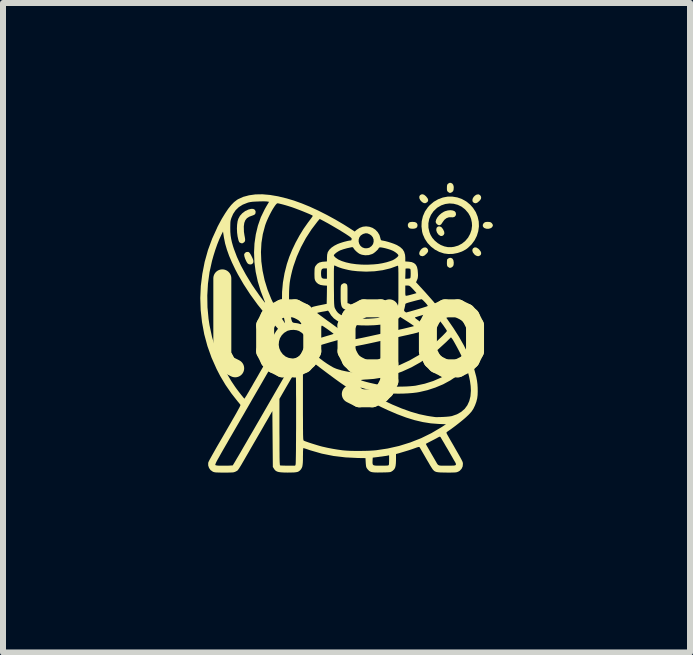
<source format=kicad_pcb>
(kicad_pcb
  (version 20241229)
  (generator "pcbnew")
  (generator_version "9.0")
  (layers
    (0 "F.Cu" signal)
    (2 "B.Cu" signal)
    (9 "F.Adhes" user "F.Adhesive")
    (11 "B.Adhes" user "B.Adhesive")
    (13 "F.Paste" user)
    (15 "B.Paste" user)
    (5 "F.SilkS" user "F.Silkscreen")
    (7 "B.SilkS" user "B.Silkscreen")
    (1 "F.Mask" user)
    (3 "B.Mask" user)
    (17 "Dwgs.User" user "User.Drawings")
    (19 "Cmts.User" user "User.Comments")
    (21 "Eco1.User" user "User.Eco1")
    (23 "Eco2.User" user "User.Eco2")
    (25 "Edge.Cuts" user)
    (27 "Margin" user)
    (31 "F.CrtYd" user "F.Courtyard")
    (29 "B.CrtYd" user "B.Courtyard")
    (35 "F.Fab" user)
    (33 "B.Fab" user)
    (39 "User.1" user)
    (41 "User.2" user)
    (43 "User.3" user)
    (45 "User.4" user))
  (footprint "logo"
    (layer "F.Cu")
    (at 2.729 2.414)
    (property "Reference" "logo" (at 0 0 0) (layer "F.SilkS") (effects (font (size 1.5 1.5) (thickness 0.3))))
    (attr board_only exclude_from_pos_files exclude_from_bom)
    (fp_poly (pts (xy 2.166 -1.336) (xy 2.197 -1.317) (xy 2.21 -1.305) (xy 2.235 -1.274) (xy 2.246 -1.245) (xy 2.241 -1.219) (xy 2.23 -1.206) (xy 2.205 -1.192) (xy 2.176 -1.194) (xy 2.145 -1.21) (xy 2.13 -1.224) (xy 2.107 -1.254) (xy 2.098 -1.283) (xy 2.102 -1.31) (xy 2.113 -1.325) (xy 2.138 -1.339)) (stroke (width 0) (type solid)) (fill yes) (layer "F.SilkS"))
    (fp_poly (pts (xy 1.294 -2.216) (xy 1.321 -2.194) (xy 1.333 -2.181) (xy 1.355 -2.151) (xy 1.362 -2.126) (xy 1.355 -2.103) (xy 1.345 -2.092) (xy 1.318 -2.076) (xy 1.29 -2.077) (xy 1.26 -2.094) (xy 1.255 -2.098) (xy 1.229 -2.127) (xy 1.215 -2.157) (xy 1.213 -2.184) (xy 1.224 -2.207) (xy 1.245 -2.221) (xy 1.269 -2.224)) (stroke (width 0) (type solid)) (fill yes) (layer "F.SilkS"))
    (fp_poly (pts (xy 1.142 -1.76) (xy 1.168 -1.747) (xy 1.181 -1.726) (xy 1.184 -1.706) (xy 1.178 -1.678) (xy 1.16 -1.66) (xy 1.129 -1.651) (xy 1.104 -1.649) (xy 1.072 -1.651) (xy 1.051 -1.657) (xy 1.038 -1.666) (xy 1.024 -1.69) (xy 1.022 -1.717) (xy 1.033 -1.743) (xy 1.037 -1.747) (xy 1.051 -1.757) (xy 1.072 -1.762) (xy 1.102 -1.764)) (stroke (width 0) (type solid)) (fill yes) (layer "F.SilkS"))
    (fp_poly (pts (xy 1.339 -1.328) (xy 1.356 -1.306) (xy 1.36 -1.292) (xy 1.361 -1.276) (xy 1.356 -1.261) (xy 1.343 -1.243) (xy 1.331 -1.23) (xy 1.299 -1.202) (xy 1.27 -1.191) (xy 1.241 -1.196) (xy 1.232 -1.2) (xy 1.216 -1.218) (xy 1.212 -1.242) (xy 1.22 -1.27) (xy 1.239 -1.299) (xy 1.258 -1.318) (xy 1.287 -1.335) (xy 1.315 -1.338)) (stroke (width 0) (type solid)) (fill yes) (layer "F.SilkS"))
    (fp_poly (pts (xy 1.585 -1.673) (xy 1.608 -1.643) (xy 1.611 -1.638) (xy 1.628 -1.602) (xy 1.632 -1.572) (xy 1.621 -1.548) (xy 1.617 -1.543) (xy 1.593 -1.528) (xy 1.566 -1.53) (xy 1.539 -1.547) (xy 1.53 -1.556) (xy 1.509 -1.585) (xy 1.498 -1.617) (xy 1.497 -1.646) (xy 1.506 -1.67) (xy 1.525 -1.685) (xy 1.531 -1.687) (xy 1.559 -1.687)) (stroke (width 0) (type solid)) (fill yes) (layer "F.SilkS"))
    (fp_poly (pts (xy 2.204 -2.222) (xy 2.227 -2.21) (xy 2.242 -2.187) (xy 2.245 -2.168) (xy 2.242 -2.148) (xy 2.229 -2.128) (xy 2.21 -2.108) (xy 2.181 -2.084) (xy 2.155 -2.074) (xy 2.13 -2.079) (xy 2.116 -2.087) (xy 2.102 -2.105) (xy 2.099 -2.129) (xy 2.106 -2.156) (xy 2.121 -2.181) (xy 2.143 -2.203) (xy 2.168 -2.218) (xy 2.195 -2.223)) (stroke (width 0) (type solid)) (fill yes) (layer "F.SilkS"))
    (fp_poly (pts (xy 1.743 -1.163) (xy 1.767 -1.15) (xy 1.782 -1.125) (xy 1.788 -1.087) (xy 1.788 -1.08) (xy 1.786 -1.051) (xy 1.78 -1.031) (xy 1.768 -1.016) (xy 1.742 -0.999) (xy 1.716 -0.998) (xy 1.692 -1.013) (xy 1.681 -1.025) (xy 1.676 -1.042) (xy 1.674 -1.069) (xy 1.674 -1.08) (xy 1.675 -1.108) (xy 1.677 -1.13) (xy 1.68 -1.14) (xy 1.699 -1.155) (xy 1.724 -1.164)) (stroke (width 0) (type solid)) (fill yes) (layer "F.SilkS"))
    (fp_poly (pts (xy 0.27 -0.379) (xy 0.271 -0.379) (xy 0.302 -0.373) (xy 0.322 -0.364) (xy 0.336 -0.352) (xy 0.337 -0.35) (xy 0.348 -0.332) (xy 0.348 -0.316) (xy 0.344 -0.304) (xy 0.328 -0.28) (xy 0.303 -0.267) (xy 0.267 -0.263) (xy 0.22 -0.269) (xy 0.219 -0.269) (xy 0.185 -0.28) (xy 0.165 -0.298) (xy 0.161 -0.323) (xy 0.168 -0.35) (xy 0.18 -0.369) (xy 0.2 -0.379) (xy 0.229 -0.383)) (stroke (width 0) (type solid)) (fill yes) (layer "F.SilkS"))
    (fp_poly (pts (xy 1.764 -2.402) (xy 1.78 -2.38) (xy 1.788 -2.348) (xy 1.788 -2.342) (xy 1.786 -2.305) (xy 1.779 -2.28) (xy 1.765 -2.264) (xy 1.755 -2.257) (xy 1.734 -2.248) (xy 1.719 -2.247) (xy 1.702 -2.257) (xy 1.695 -2.262) (xy 1.683 -2.273) (xy 1.677 -2.286) (xy 1.674 -2.307) (xy 1.674 -2.331) (xy 1.675 -2.362) (xy 1.679 -2.382) (xy 1.687 -2.395) (xy 1.692 -2.4) (xy 1.716 -2.414) (xy 1.741 -2.414)) (stroke (width 0) (type solid)) (fill yes) (layer "F.SilkS"))
    (fp_poly (pts (xy -1.638 -1.263) (xy -1.626 -1.256) (xy -1.613 -1.243) (xy -1.598 -1.219) (xy -1.584 -1.192) (xy -1.565 -1.152) (xy -1.555 -1.123) (xy -1.553 -1.101) (xy -1.557 -1.082) (xy -1.564 -1.071) (xy -1.583 -1.057) (xy -1.608 -1.053) (xy -1.634 -1.06) (xy -1.649 -1.071) (xy -1.664 -1.092) (xy -1.679 -1.122) (xy -1.693 -1.155) (xy -1.703 -1.187) (xy -1.707 -1.213) (xy -1.707 -1.224) (xy -1.693 -1.247) (xy -1.67 -1.261) (xy -1.642 -1.263)) (stroke (width 0) (type solid)) (fill yes) (layer "F.SilkS"))
    (fp_poly (pts (xy 2.385 -1.762) (xy 2.404 -1.757) (xy 2.42 -1.745) (xy 2.421 -1.744) (xy 2.435 -1.725) (xy 2.441 -1.707) (xy 2.441 -1.706) (xy 2.436 -1.689) (xy 2.422 -1.67) (xy 2.421 -1.669) (xy 2.396 -1.655) (xy 2.364 -1.648) (xy 2.329 -1.65) (xy 2.299 -1.661) (xy 2.291 -1.666) (xy 2.274 -1.688) (xy 2.272 -1.713) (xy 2.285 -1.739) (xy 2.29 -1.744) (xy 2.305 -1.756) (xy 2.324 -1.762) (xy 2.352 -1.764) (xy 2.355 -1.764)) (stroke (width 0) (type solid)) (fill yes) (layer "F.SilkS"))
    (fp_poly (pts (xy -1.928 0.416) (xy -1.924 0.418) (xy -1.913 0.432) (xy -1.899 0.456) (xy -1.882 0.488) (xy -1.866 0.523) (xy -1.852 0.556) (xy -1.841 0.585) (xy -1.837 0.604) (xy -1.837 0.605) (xy -1.844 0.632) (xy -1.862 0.652) (xy -1.887 0.66) (xy -1.914 0.656) (xy -1.922 0.652) (xy -1.931 0.641) (xy -1.945 0.619) (xy -1.961 0.59) (xy -1.978 0.557) (xy -1.993 0.523) (xy -2.006 0.494) (xy -2.012 0.473) (xy -2.011 0.448) (xy -1.998 0.427) (xy -1.977 0.413) (xy -1.953 0.409)) (stroke (width 0) (type solid)) (fill yes) (layer "F.SilkS"))
    (fp_poly (pts (xy 1.772 -1.954) (xy 1.802 -1.942) (xy 1.82 -1.921) (xy 1.821 -1.919) (xy 1.826 -1.889) (xy 1.817 -1.864) (xy 1.798 -1.846) (xy 1.769 -1.839) (xy 1.751 -1.841) (xy 1.708 -1.841) (xy 1.667 -1.826) (xy 1.631 -1.798) (xy 1.601 -1.757) (xy 1.597 -1.75) (xy 1.577 -1.721) (xy 1.554 -1.708) (xy 1.529 -1.711) (xy 1.506 -1.726) (xy 1.492 -1.746) (xy 1.486 -1.764) (xy 1.486 -1.765) (xy 1.494 -1.8) (xy 1.514 -1.837) (xy 1.544 -1.874) (xy 1.581 -1.906) (xy 1.622 -1.932) (xy 1.644 -1.942) (xy 1.69 -1.955) (xy 1.734 -1.959)) (stroke (width 0) (type solid)) (fill yes) (layer "F.SilkS"))
    (fp_poly (pts (xy -0.001 -0.728) (xy 0 -0.727) (xy 0.006 -0.72) (xy 0.01 -0.711) (xy 0.013 -0.698) (xy 0.015 -0.677) (xy 0.016 -0.647) (xy 0.016 -0.606) (xy 0.016 -0.56) (xy 0.016 -0.409) (xy 0.045 -0.4) (xy 0.072 -0.385) (xy 0.087 -0.362) (xy 0.09 -0.337) (xy 0.079 -0.313) (xy 0.068 -0.303) (xy 0.05 -0.291) (xy 0.032 -0.287) (xy 0.008 -0.291) (xy -0.011 -0.298) (xy -0.037 -0.308) (xy -0.058 -0.321) (xy -0.073 -0.338) (xy -0.084 -0.36) (xy -0.091 -0.391) (xy -0.096 -0.432) (xy -0.098 -0.486) (xy -0.098 -0.547) (xy -0.098 -0.601) (xy -0.098 -0.641) (xy -0.097 -0.67) (xy -0.095 -0.69) (xy -0.092 -0.703) (xy -0.088 -0.712) (xy -0.082 -0.719) (xy -0.078 -0.723) (xy -0.052 -0.739) (xy -0.026 -0.741)) (stroke (width 0) (type solid)) (fill yes) (layer "F.SilkS"))
    (fp_poly (pts (xy -1.556 -1.98) (xy -1.531 -1.967) (xy -1.518 -1.944) (xy -1.516 -1.929) (xy -1.52 -1.902) (xy -1.536 -1.883) (xy -1.564 -1.871) (xy -1.571 -1.869) (xy -1.622 -1.85) (xy -1.661 -1.825) (xy -1.688 -1.791) (xy -1.705 -1.747) (xy -1.713 -1.69) (xy -1.713 -1.681) (xy -1.711 -1.599) (xy -1.703 -1.545) (xy -1.695 -1.502) (xy -1.691 -1.472) (xy -1.692 -1.451) (xy -1.697 -1.436) (xy -1.707 -1.425) (xy -1.712 -1.421) (xy -1.731 -1.408) (xy -1.748 -1.406) (xy -1.769 -1.413) (xy -1.782 -1.419) (xy -1.791 -1.43) (xy -1.799 -1.448) (xy -1.807 -1.477) (xy -1.816 -1.518) (xy -1.817 -1.522) (xy -1.825 -1.585) (xy -1.828 -1.651) (xy -1.825 -1.715) (xy -1.817 -1.773) (xy -1.805 -1.814) (xy -1.778 -1.864) (xy -1.738 -1.908) (xy -1.689 -1.945) (xy -1.634 -1.97) (xy -1.589 -1.981)) (stroke (width 0) (type solid)) (fill yes) (layer "F.SilkS"))
    (fp_poly (pts (xy -2.117 -0.735) (xy -2.096 -0.719) (xy -2.091 -0.712) (xy -2.088 -0.696) (xy -2.087 -0.667) (xy -2.088 -0.625) (xy -2.09 -0.588) (xy -2.093 -0.51) (xy -2.093 -0.434) (xy -2.09 -0.356) (xy -2.084 -0.275) (xy -2.073 -0.187) (xy -2.059 -0.089) (xy -2.04 0.02) (xy -2.03 0.075) (xy -2.026 0.102) (xy -2.026 0.119) (xy -2.031 0.131) (xy -2.041 0.143) (xy -2.066 0.16) (xy -2.092 0.161) (xy -2.114 0.149) (xy -2.126 0.132) (xy -2.138 0.101) (xy -2.15 0.057) (xy -2.162 0.003) (xy -2.173 -0.06) (xy -2.184 -0.129) (xy -2.193 -0.203) (xy -2.201 -0.28) (xy -2.204 -0.323) (xy -2.207 -0.381) (xy -2.209 -0.441) (xy -2.209 -0.502) (xy -2.207 -0.56) (xy -2.204 -0.613) (xy -2.2 -0.658) (xy -2.195 -0.692) (xy -2.189 -0.714) (xy -2.188 -0.716) (xy -2.168 -0.734) (xy -2.143 -0.74)) (stroke (width 0) (type solid)) (fill yes) (layer "F.SilkS"))
    (fp_poly (pts (xy 1.847 -2.172) (xy 1.924 -2.145) (xy 1.996 -2.105) (xy 2.062 -2.051) (xy 2.109 -1.998) (xy 2.156 -1.926) (xy 2.187 -1.849) (xy 2.205 -1.769) (xy 2.208 -1.688) (xy 2.197 -1.608) (xy 2.173 -1.53) (xy 2.136 -1.457) (xy 2.086 -1.389) (xy 2.024 -1.33) (xy 1.991 -1.305) (xy 1.926 -1.27) (xy 1.853 -1.245) (xy 1.775 -1.23) (xy 1.697 -1.228) (xy 1.626 -1.237) (xy 1.548 -1.262) (xy 1.474 -1.301) (xy 1.408 -1.352) (xy 1.351 -1.412) (xy 1.306 -1.48) (xy 1.273 -1.554) (xy 1.261 -1.598) (xy 1.25 -1.688) (xy 1.252 -1.74) (xy 1.365 -1.74) (xy 1.366 -1.666) (xy 1.383 -1.592) (xy 1.402 -1.545) (xy 1.431 -1.497) (xy 1.472 -1.45) (xy 1.52 -1.41) (xy 1.569 -1.38) (xy 1.57 -1.379) (xy 1.631 -1.355) (xy 1.688 -1.343) (xy 1.745 -1.342) (xy 1.793 -1.348) (xy 1.862 -1.368) (xy 1.926 -1.402) (xy 1.981 -1.447) (xy 2.027 -1.501) (xy 2.061 -1.563) (xy 2.084 -1.63) (xy 2.093 -1.7) (xy 2.09 -1.751) (xy 2.078 -1.811) (xy 2.059 -1.861) (xy 2.03 -1.911) (xy 2.025 -1.917) (xy 1.976 -1.973) (xy 1.919 -2.017) (xy 1.855 -2.048) (xy 1.787 -2.066) (xy 1.717 -2.071) (xy 1.647 -2.062) (xy 1.579 -2.039) (xy 1.516 -2.002) (xy 1.508 -1.996) (xy 1.451 -1.942) (xy 1.408 -1.88) (xy 1.379 -1.812) (xy 1.365 -1.74) (xy 1.252 -1.74) (xy 1.254 -1.775) (xy 1.274 -1.859) (xy 1.308 -1.937) (xy 1.357 -2.008) (xy 1.388 -2.042) (xy 1.455 -2.099) (xy 1.528 -2.141) (xy 1.606 -2.17) (xy 1.686 -2.185) (xy 1.767 -2.185)) (stroke (width 0) (type solid)) (fill yes) (layer "F.SilkS"))
    (fp_poly (pts (xy -1.277 -2.213) (xy -1.142 -2.19) (xy -0.998 -2.155) (xy -0.877 -2.119) (xy -0.749 -2.073) (xy -0.612 -2.017) (xy -0.471 -1.952) (xy -0.327 -1.879) (xy -0.184 -1.801) (xy -0.045 -1.719) (xy 0.044 -1.663) (xy 0.136 -1.603) (xy 0.167 -1.63) (xy 0.217 -1.663) (xy 0.271 -1.683) (xy 0.327 -1.689) (xy 0.382 -1.682) (xy 0.434 -1.664) (xy 0.48 -1.634) (xy 0.519 -1.594) (xy 0.549 -1.545) (xy 0.563 -1.498) (xy 0.569 -1.473) (xy 0.576 -1.46) (xy 0.587 -1.454) (xy 0.607 -1.451) (xy 0.646 -1.443) (xy 0.695 -1.43) (xy 0.746 -1.414) (xy 0.794 -1.397) (xy 0.833 -1.38) (xy 0.837 -1.379) (xy 0.893 -1.345) (xy 0.934 -1.308) (xy 0.961 -1.265) (xy 0.976 -1.214) (xy 0.98 -1.167) (xy 0.98 -1.104) (xy 1.037 -1.1) (xy 1.087 -1.093) (xy 1.126 -1.076) (xy 1.155 -1.05) (xy 1.175 -1.013) (xy 1.186 -0.963) (xy 1.19 -0.914) (xy 1.192 -0.874) (xy 1.19 -0.845) (xy 1.187 -0.823) (xy 1.179 -0.802) (xy 1.177 -0.796) (xy 1.159 -0.757) (xy 1.198 -0.715) (xy 1.218 -0.693) (xy 1.246 -0.663) (xy 1.278 -0.628) (xy 1.311 -0.592) (xy 1.319 -0.583) (xy 1.448 -0.437) (xy 1.568 -0.29) (xy 1.68 -0.142) (xy 1.782 0.006) (xy 1.875 0.152) (xy 1.956 0.295) (xy 2.026 0.435) (xy 2.085 0.57) (xy 2.131 0.699) (xy 2.164 0.822) (xy 2.176 0.886) (xy 2.183 0.941) (xy 2.187 1.003) (xy 2.188 1.066) (xy 2.186 1.124) (xy 2.18 1.173) (xy 2.179 1.18) (xy 2.164 1.239) (xy 2.142 1.298) (xy 2.115 1.354) (xy 2.086 1.398) (xy 2.064 1.423) (xy 2.035 1.454) (xy 2.001 1.486) (xy 1.978 1.507) (xy 1.945 1.535) (xy 1.906 1.567) (xy 1.862 1.602) (xy 1.817 1.637) (xy 1.774 1.669) (xy 1.736 1.697) (xy 1.705 1.718) (xy 1.691 1.728) (xy 1.674 1.74) (xy 1.666 1.751) (xy 1.666 1.752) (xy 1.669 1.762) (xy 1.68 1.784) (xy 1.697 1.814) (xy 1.718 1.851) (xy 1.736 1.883) (xy 1.782 1.962) (xy 1.82 2.029) (xy 1.851 2.083) (xy 1.877 2.128) (xy 1.897 2.164) (xy 1.912 2.191) (xy 1.923 2.213) (xy 1.931 2.229) (xy 1.936 2.242) (xy 1.939 2.252) (xy 1.94 2.261) (xy 1.941 2.269) (xy 1.941 2.27) (xy 1.937 2.314) (xy 1.919 2.353) (xy 1.889 2.386) (xy 1.87 2.398) (xy 1.857 2.404) (xy 1.844 2.409) (xy 1.828 2.413) (xy 1.807 2.415) (xy 1.778 2.416) (xy 1.738 2.417) (xy 1.685 2.417) (xy 1.676 2.417) (xy 1.614 2.416) (xy 1.566 2.415) (xy 1.53 2.412) (xy 1.503 2.408) (xy 1.482 2.401) (xy 1.465 2.392) (xy 1.451 2.379) (xy 1.447 2.375) (xy 1.439 2.366) (xy 1.428 2.35) (xy 1.413 2.327) (xy 1.393 2.295) (xy 1.369 2.253) (xy 1.338 2.201) (xy 1.301 2.136) (xy 1.265 2.074) (xy 1.247 2.043) (xy 1.232 2.017) (xy 1.221 1.999) (xy 1.218 1.994) (xy 1.211 1.99) (xy 1.197 1.991) (xy 1.173 1.998) (xy 1.146 2.008) (xy 1.098 2.025) (xy 1.038 2.045) (xy 0.972 2.065) (xy 0.905 2.085) (xy 0.872 2.095) (xy 0.825 2.108) (xy 0.825 2.207) (xy 0.823 2.263) (xy 0.818 2.306) (xy 0.809 2.339) (xy 0.794 2.364) (xy 0.772 2.385) (xy 0.762 2.392) (xy 0.751 2.399) (xy 0.74 2.405) (xy 0.726 2.409) (xy 0.707 2.411) (xy 0.679 2.413) (xy 0.642 2.414) (xy 0.591 2.415) (xy 0.58 2.415) (xy 0.52 2.416) (xy 0.474 2.415) (xy 0.438 2.412) (xy 0.412 2.407) (xy 0.391 2.398) (xy 0.374 2.386) (xy 0.358 2.369) (xy 0.348 2.358) (xy 0.337 2.342) (xy 0.329 2.326) (xy 0.325 2.306) (xy 0.322 2.277) (xy 0.32 2.252) (xy 0.32 2.249) (xy 0.433 2.249) (xy 0.435 2.27) (xy 0.44 2.285) (xy 0.453 2.295) (xy 0.475 2.3) (xy 0.508 2.302) (xy 0.554 2.302) (xy 0.575 2.302) (xy 0.624 2.302) (xy 0.659 2.301) (xy 0.682 2.3) (xy 0.696 2.297) (xy 0.703 2.293) (xy 0.705 2.289) (xy 0.708 2.276) (xy 0.709 2.25) (xy 0.71 2.218) (xy 0.71 2.203) (xy 0.71 2.129) (xy 0.68 2.135) (xy 0.66 2.139) (xy 0.628 2.143) (xy 0.589 2.149) (xy 0.546 2.154) (xy 0.543 2.155) (xy 0.437 2.168) (xy 0.434 2.219) (xy 0.433 2.249) (xy 0.32 2.249) (xy 0.316 2.176) (xy 0.192 2.174) (xy -0.015 2.164) (xy -0.217 2.14) (xy -0.412 2.101) (xy -0.6 2.047) (xy -0.619 2.041) (xy -0.656 2.028) (xy -0.687 2.018) (xy -0.71 2.011) (xy -0.72 2.008) (xy -0.72 2.008) (xy -0.722 2.016) (xy -0.724 2.038) (xy -0.726 2.07) (xy -0.726 2.111) (xy -0.727 2.145) (xy -0.727 2.207) (xy -0.729 2.254) (xy -0.733 2.291) (xy -0.738 2.319) (xy -0.747 2.341) (xy -0.758 2.359) (xy -0.765 2.369) (xy -0.781 2.385) (xy -0.797 2.397) (xy -0.816 2.406) (xy -0.842 2.411) (xy -0.877 2.415) (xy -0.923 2.416) (xy -0.981 2.417) (xy -1.044 2.416) (xy -1.093 2.413) (xy -1.13 2.408) (xy -1.158 2.4) (xy -1.18 2.388) (xy -1.197 2.372) (xy -1.21 2.353) (xy -1.229 2.323) (xy -1.233 1.857) (xy -1.234 1.74) (xy -1.119 1.74) (xy -1.118 1.853) (xy -1.118 1.951) (xy -1.118 2.034) (xy -1.117 2.104) (xy -1.117 2.162) (xy -1.116 2.207) (xy -1.115 2.243) (xy -1.113 2.268) (xy -1.112 2.285) (xy -1.11 2.294) (xy -1.108 2.297) (xy -1.097 2.299) (xy -1.072 2.3) (xy -1.038 2.301) (xy -0.996 2.302) (xy -0.978 2.302) (xy -0.857 2.302) (xy -0.849 2.281) (xy -0.848 2.27) (xy -0.847 2.245) (xy -0.846 2.206) (xy -0.845 2.155) (xy -0.844 2.093) (xy -0.843 2.022) (xy -0.843 1.944) (xy -0.842 1.859) (xy -0.842 1.768) (xy -0.841 1.674) (xy -0.841 1.578) (xy -0.841 1.481) (xy -0.841 1.383) (xy -0.841 1.288) (xy -0.841 1.237) (xy -0.727 1.237) (xy -0.727 1.355) (xy -0.727 1.457) (xy -0.726 1.545) (xy -0.726 1.619) (xy -0.726 1.682) (xy -0.725 1.734) (xy -0.725 1.776) (xy -0.724 1.809) (xy -0.723 1.835) (xy -0.722 1.854) (xy -0.72 1.867) (xy -0.718 1.876) (xy -0.716 1.881) (xy -0.714 1.884) (xy -0.712 1.885) (xy -0.694 1.893) (xy -0.663 1.904) (xy -0.623 1.918) (xy -0.577 1.933) (xy -0.529 1.948) (xy -0.48 1.963) (xy -0.435 1.976) (xy -0.397 1.986) (xy -0.391 1.987) (xy -0.316 2.004) (xy -0.233 2.02) (xy -0.149 2.034) (xy -0.071 2.045) (xy -0.041 2.048) (xy 0.012 2.052) (xy 0.077 2.055) (xy 0.15 2.056) (xy 0.227 2.056) (xy 0.304 2.055) (xy 0.378 2.053) (xy 0.443 2.049) (xy 0.492 2.045) (xy 0.685 2.016) (xy 0.876 1.973) (xy 0.982 1.94) (xy 1.323 1.94) (xy 1.327 1.948) (xy 1.337 1.968) (xy 1.354 1.997) (xy 1.375 2.034) (xy 1.399 2.076) (xy 1.399 2.076) (xy 1.425 2.121) (xy 1.449 2.162) (xy 1.47 2.198) (xy 1.486 2.226) (xy 1.495 2.241) (xy 1.507 2.263) (xy 1.518 2.279) (xy 1.529 2.29) (xy 1.544 2.297) (xy 1.565 2.301) (xy 1.595 2.302) (xy 1.637 2.302) (xy 1.674 2.302) (xy 1.726 2.302) (xy 1.765 2.301) (xy 1.791 2.3) (xy 1.808 2.297) (xy 1.818 2.293) (xy 1.821 2.29) (xy 1.825 2.28) (xy 1.822 2.265) (xy 1.811 2.243) (xy 1.791 2.21) (xy 1.768 2.169) (xy 1.741 2.122) (xy 1.713 2.073) (xy 1.684 2.023) (xy 1.655 1.975) (xy 1.629 1.929) (xy 1.605 1.889) (xy 1.586 1.857) (xy 1.573 1.834) (xy 1.566 1.823) (xy 1.565 1.823) (xy 1.557 1.818) (xy 1.543 1.822) (xy 1.523 1.832) (xy 1.502 1.844) (xy 1.47 1.861) (xy 1.433 1.88) (xy 1.406 1.894) (xy 1.373 1.911) (xy 1.346 1.925) (xy 1.328 1.935) (xy 1.323 1.94) (xy 0.982 1.94) (xy 1.062 1.915) (xy 1.243 1.844) (xy 1.416 1.759) (xy 1.579 1.663) (xy 1.607 1.645) (xy 1.658 1.611) (xy 1.533 1.606) (xy 1.405 1.596) (xy 1.273 1.575) (xy 1.136 1.543) (xy 0.993 1.499) (xy 0.844 1.443) (xy 0.686 1.375) (xy 0.584 1.327) (xy 0.483 1.276) (xy 0.387 1.225) (xy 0.292 1.173) (xy 0.198 1.117) (xy 0.103 1.058) (xy 0.015 0.999) (xy 0.231 0.999) (xy 0.236 1.005) (xy 0.254 1.016) (xy 0.282 1.033) (xy 0.319 1.055) (xy 0.362 1.079) (xy 0.41 1.105) (xy 0.46 1.132) (xy 0.51 1.159) (xy 0.56 1.185) (xy 0.597 1.204) (xy 0.762 1.282) (xy 0.92 1.348) (xy 1.07 1.402) (xy 1.211 1.443) (xy 1.344 1.471) (xy 1.38 1.477) (xy 1.413 1.482) (xy 1.442 1.486) (xy 1.461 1.489) (xy 1.461 1.489) (xy 1.487 1.492) (xy 1.524 1.492) (xy 1.57 1.491) (xy 1.619 1.489) (xy 1.667 1.486) (xy 1.71 1.482) (xy 1.744 1.477) (xy 1.759 1.474) (xy 1.842 1.445) (xy 1.912 1.405) (xy 1.97 1.355) (xy 2.015 1.294) (xy 2.047 1.224) (xy 2.067 1.143) (xy 2.074 1.052) (xy 2.074 1.049) (xy 2.07 0.973) (xy 2.059 0.891) (xy 2.042 0.808) (xy 2.021 0.73) (xy 2.007 0.692) (xy 1.998 0.67) (xy 1.937 0.727) (xy 1.84 0.807) (xy 1.731 0.88) (xy 1.611 0.945) (xy 1.482 0.999) (xy 1.348 1.043) (xy 1.211 1.075) (xy 1.168 1.082) (xy 1.101 1.09) (xy 1.023 1.096) (xy 0.94 1.1) (xy 0.856 1.101) (xy 0.776 1.099) (xy 0.718 1.095) (xy 0.644 1.086) (xy 0.561 1.074) (xy 0.474 1.058) (xy 0.391 1.04) (xy 0.317 1.022) (xy 0.302 1.018) (xy 0.271 1.009) (xy 0.247 1.002) (xy 0.233 0.999) (xy 0.231 0.999) (xy 0.015 0.999) (xy 0.005 0.993) (xy -0.097 0.923) (xy -0.165 0.874) (xy 0.241 0.874) (xy 0.246 0.879) (xy 0.265 0.887) (xy 0.296 0.896) (xy 0.336 0.907) (xy 0.383 0.919) (xy 0.436 0.931) (xy 0.491 0.943) (xy 0.547 0.954) (xy 0.601 0.964) (xy 0.651 0.972) (xy 0.695 0.978) (xy 0.702 0.979) (xy 0.747 0.983) (xy 0.803 0.984) (xy 0.867 0.984) (xy 0.935 0.983) (xy 1.002 0.981) (xy 1.064 0.977) (xy 1.118 0.972) (xy 1.151 0.968) (xy 1.304 0.935) (xy 1.446 0.89) (xy 1.579 0.832) (xy 1.702 0.763) (xy 1.814 0.682) (xy 1.906 0.597) (xy 1.954 0.548) (xy 1.907 0.451) (xy 1.882 0.4) (xy 1.855 0.349) (xy 1.828 0.299) (xy 1.803 0.254) (xy 1.782 0.217) (xy 1.765 0.19) (xy 1.757 0.18) (xy 1.742 0.161) (xy 1.661 0.241) (xy 1.524 0.366) (xy 1.381 0.478) (xy 1.234 0.577) (xy 1.082 0.662) (xy 0.928 0.732) (xy 0.771 0.789) (xy 0.613 0.83) (xy 0.455 0.855) (xy 0.353 0.863) (xy 0.313 0.865) (xy 0.278 0.868) (xy 0.254 0.871) (xy 0.242 0.873) (xy 0.241 0.874) (xy -0.165 0.874) (xy -0.205 0.845) (xy -0.321 0.759) (xy -0.447 0.664) (xy -0.53 0.6) (xy -0.631 0.521) (xy -0.652 0.541) (xy -0.674 0.56) (xy -0.699 0.578) (xy -0.7 0.579) (xy -0.727 0.597) (xy -0.727 1.237) (xy -0.841 1.237) (xy -0.841 1.196) (xy -0.842 1.108) (xy -0.842 1.025) (xy -0.842 0.95) (xy -0.843 0.884) (xy -0.844 0.827) (xy -0.845 0.782) (xy -0.845 0.749) (xy -0.847 0.731) (xy -0.847 0.727) (xy -0.854 0.733) (xy -0.866 0.75) (xy -0.873 0.761) (xy -0.882 0.778) (xy -0.899 0.806) (xy -0.92 0.844) (xy -0.946 0.889) (xy -0.975 0.939) (xy -1.006 0.992) (xy -1.119 1.188) (xy -1.119 1.74) (xy -1.234 1.74) (xy -1.237 1.392) (xy -1.275 1.457) (xy -1.286 1.477) (xy -1.305 1.51) (xy -1.33 1.553) (xy -1.361 1.606) (xy -1.395 1.666) (xy -1.433 1.732) (xy -1.474 1.802) (xy -1.516 1.875) (xy -1.525 1.89) (xy -1.58 1.985) (xy -1.627 2.067) (xy -1.667 2.136) (xy -1.701 2.195) (xy -1.729 2.243) (xy -1.752 2.283) (xy -1.771 2.314) (xy -1.786 2.338) (xy -1.798 2.356) (xy -1.808 2.37) (xy -1.815 2.379) (xy -1.822 2.385) (xy -1.828 2.389) (xy -1.834 2.392) (xy -1.841 2.396) (xy -1.844 2.398) (xy -1.858 2.404) (xy -1.871 2.409) (xy -1.886 2.413) (xy -1.907 2.415) (xy -1.936 2.416) (xy -1.975 2.417) (xy -2.027 2.417) (xy -2.04 2.417) (xy -2.097 2.417) (xy -2.139 2.416) (xy -2.17 2.415) (xy -2.193 2.413) (xy -2.21 2.409) (xy -2.224 2.405) (xy -2.233 2.4) (xy -2.268 2.375) (xy -2.293 2.34) (xy -2.307 2.299) (xy -2.307 2.284) (xy -2.189 2.284) (xy -2.188 2.29) (xy -2.188 2.291) (xy -2.181 2.295) (xy -2.167 2.298) (xy -2.145 2.301) (xy -2.111 2.302) (xy -2.065 2.302) (xy -2.042 2.302) (xy -1.996 2.302) (xy -1.956 2.301) (xy -1.924 2.299) (xy -1.903 2.298) (xy -1.897 2.296) (xy -1.892 2.288) (xy -1.879 2.267) (xy -1.859 2.234) (xy -1.833 2.189) (xy -1.8 2.134) (xy -1.762 2.069) (xy -1.719 1.994) (xy -1.671 1.912) (xy -1.62 1.823) (xy -1.564 1.728) (xy -1.506 1.627) (xy -1.445 1.522) (xy -1.41 1.461) (xy -0.932 0.633) (xy -0.971 0.624) (xy -1.038 0.601) (xy -1.1 0.564) (xy -1.129 0.54) (xy -1.15 0.522) (xy -1.167 0.512) (xy -1.175 0.511) (xy -1.181 0.52) (xy -1.193 0.541) (xy -1.211 0.571) (xy -1.232 0.608) (xy -1.247 0.633) (xy -1.272 0.677) (xy -1.303 0.731) (xy -1.337 0.789) (xy -1.371 0.848) (xy -1.402 0.902) (xy -1.455 0.994) (xy -1.501 1.073) (xy -1.541 1.142) (xy -1.575 1.201) (xy -1.605 1.253) (xy -1.632 1.3) (xy -1.656 1.342) (xy -1.679 1.381) (xy -1.701 1.42) (xy -1.724 1.46) (xy -1.737 1.482) (xy -1.761 1.523) (xy -1.791 1.576) (xy -1.827 1.638) (xy -1.867 1.707) (xy -1.909 1.78) (xy -1.953 1.855) (xy -1.995 1.929) (xy -2.012 1.958) (xy -2.057 2.036) (xy -2.094 2.101) (xy -2.124 2.155) (xy -2.148 2.197) (xy -2.166 2.23) (xy -2.178 2.255) (xy -2.185 2.273) (xy -2.189 2.284) (xy -2.307 2.284) (xy -2.307 2.257) (xy -2.303 2.242) (xy -2.296 2.228) (xy -2.283 2.202) (xy -2.263 2.166) (xy -2.238 2.121) (xy -2.209 2.07) (xy -2.177 2.013) (xy -2.15 1.966) (xy -2.084 1.853) (xy -2.026 1.753) (xy -1.976 1.666) (xy -1.932 1.59) (xy -1.895 1.525) (xy -1.863 1.47) (xy -1.837 1.424) (xy -1.816 1.386) (xy -1.8 1.356) (xy -1.787 1.333) (xy -1.779 1.316) (xy -1.773 1.303) (xy -1.77 1.295) (xy -1.769 1.29) (xy -1.769 1.288) (xy -1.777 1.277) (xy -1.792 1.258) (xy -1.812 1.234) (xy -1.818 1.227) (xy -1.92 1.097) (xy -2.018 0.955) (xy -2.107 0.806) (xy -2.167 0.69) (xy -2.251 0.501) (xy -2.32 0.307) (xy -2.373 0.11) (xy -2.41 -0.09) (xy -2.432 -0.291) (xy -2.439 -0.493) (xy -2.437 -0.537) (xy -2.322 -0.537) (xy -2.319 -0.341) (xy -2.301 -0.146) (xy -2.285 -0.041) (xy -2.243 0.155) (xy -2.185 0.347) (xy -2.113 0.534) (xy -2.025 0.715) (xy -1.924 0.888) (xy -1.857 0.988) (xy -1.834 1.02) (xy -1.807 1.056) (xy -1.78 1.091) (xy -1.755 1.123) (xy -1.732 1.151) (xy -1.715 1.172) (xy -1.704 1.183) (xy -1.702 1.184) (xy -1.697 1.177) (xy -1.686 1.159) (xy -1.669 1.133) (xy -1.652 1.104) (xy -1.631 1.069) (xy -1.605 1.023) (xy -1.576 0.974) (xy -1.548 0.924) (xy -1.535 0.902) (xy -1.511 0.861) (xy -1.481 0.809) (xy -1.447 0.749) (xy -1.411 0.687) (xy -1.375 0.624) (xy -1.348 0.578) (xy -1.315 0.519) (xy -1.288 0.473) (xy -1.268 0.437) (xy -1.254 0.41) (xy -1.245 0.39) (xy -1.24 0.376) (xy -1.238 0.365) (xy -1.238 0.355) (xy -1.24 0.346) (xy -1.241 0.345) (xy -1.248 0.29) (xy -1.248 0.286) (xy -1.131 0.286) (xy -1.122 0.342) (xy -1.099 0.395) (xy -1.063 0.444) (xy -1.017 0.482) (xy -0.964 0.505) (xy -0.904 0.514) (xy -0.894 0.514) (xy -0.86 0.512) (xy -0.827 0.508) (xy -0.806 0.503) (xy -0.756 0.476) (xy -0.712 0.435) (xy -0.699 0.416) (xy -0.563 0.416) (xy -0.483 0.483) (xy -0.433 0.523) (xy -0.379 0.564) (xy -0.324 0.602) (xy -0.271 0.635) (xy -0.225 0.662) (xy -0.199 0.674) (xy -0.17 0.686) (xy -0.132 0.698) (xy -0.093 0.709) (xy -0.089 0.711) (xy -0.032 0.724) (xy 0.019 0.734) (xy 0.069 0.742) (xy 0.121 0.746) (xy 0.18 0.748) (xy 0.248 0.748) (xy 0.29 0.747) (xy 0.353 0.746) (xy 0.403 0.744) (xy 0.445 0.741) (xy 0.482 0.737) (xy 0.517 0.732) (xy 0.555 0.725) (xy 0.563 0.723) (xy 0.729 0.68) (xy 0.892 0.621) (xy 1.052 0.546) (xy 1.209 0.456) (xy 1.36 0.35) (xy 1.393 0.325) (xy 1.423 0.301) (xy 1.457 0.271) (xy 1.495 0.238) (xy 1.533 0.202) (xy 1.57 0.167) (xy 1.605 0.133) (xy 1.634 0.103) (xy 1.657 0.079) (xy 1.67 0.062) (xy 1.674 0.056) (xy 1.669 0.044) (xy 1.656 0.023) (xy 1.636 -0.006) (xy 1.612 -0.041) (xy 1.583 -0.079) (xy 1.554 -0.118) (xy 1.524 -0.157) (xy 1.496 -0.192) (xy 1.471 -0.222) (xy 1.451 -0.244) (xy 1.438 -0.257) (xy 1.434 -0.259) (xy 1.423 -0.256) (xy 1.4 -0.249) (xy 1.366 -0.239) (xy 1.325 -0.227) (xy 1.29 -0.216) (xy 1.245 -0.203) (xy 1.205 -0.191) (xy 1.173 -0.181) (xy 1.151 -0.174) (xy 1.144 -0.172) (xy 1.142 -0.165) (xy 1.153 -0.153) (xy 1.177 -0.135) (xy 1.183 -0.131) (xy 1.218 -0.105) (xy 1.242 -0.081) (xy 1.256 -0.057) (xy 1.262 -0.031) (xy 1.26 0.001) (xy 1.245 0.035) (xy 1.221 0.063) (xy 1.216 0.067) (xy 1.212 0.07) (xy 1.207 0.073) (xy 1.201 0.076) (xy 1.193 0.079) (xy 1.181 0.083) (xy 1.164 0.088) (xy 1.142 0.093) (xy 1.112 0.101) (xy 1.075 0.109) (xy 1.029 0.12) (xy 0.973 0.132) (xy 0.906 0.147) (xy 0.827 0.165) (xy 0.734 0.185) (xy 0.627 0.209) (xy 0.572 0.221) (xy 0.459 0.246) (xy 0.362 0.267) (xy 0.28 0.284) (xy 0.213 0.297) (xy 0.162 0.307) (xy 0.125 0.313) (xy 0.105 0.315) (xy 0.101 0.315) (xy 0.085 0.308) (xy 0.059 0.294) (xy 0.027 0.274) (xy -0.004 0.253) (xy -0.037 0.231) (xy -0.065 0.213) (xy -0.086 0.2) (xy -0.097 0.196) (xy -0.108 0.198) (xy -0.133 0.204) (xy -0.169 0.214) (xy -0.214 0.227) (xy -0.265 0.241) (xy -0.322 0.258) (xy -0.325 0.259) (xy -0.39 0.278) (xy -0.442 0.294) (xy -0.481 0.306) (xy -0.508 0.316) (xy -0.526 0.324) (xy -0.536 0.33) (xy -0.539 0.335) (xy -0.539 0.335) (xy -0.541 0.351) (xy -0.548 0.375) (xy -0.551 0.383) (xy -0.563 0.416) (xy -0.699 0.416) (xy -0.691 0.406) (xy -0.663 0.35) (xy -0.651 0.293) (xy -0.653 0.236) (xy -0.67 0.181) (xy -0.7 0.132) (xy -0.743 0.088) (xy -0.792 0.056) (xy -0.833 0.043) (xy -0.882 0.037) (xy -0.933 0.04) (xy -0.979 0.051) (xy -0.989 0.055) (xy -1.041 0.087) (xy -1.081 0.128) (xy -1.11 0.176) (xy -1.126 0.23) (xy -1.131 0.286) (xy -1.248 0.286) (xy -1.244 0.229) (xy -1.229 0.166) (xy -1.203 0.105) (xy -1.168 0.05) (xy -1.163 0.044) (xy -1.15 0.028) (xy -0.626 0.028) (xy -0.624 0.036) (xy -0.614 0.051) (xy -0.608 0.059) (xy -0.592 0.081) (xy -0.576 0.11) (xy -0.561 0.14) (xy -0.551 0.166) (xy -0.547 0.184) (xy -0.546 0.19) (xy -0.541 0.194) (xy -0.53 0.194) (xy -0.513 0.191) (xy -0.486 0.185) (xy -0.448 0.174) (xy -0.397 0.16) (xy -0.368 0.151) (xy -0.322 0.137) (xy -0.28 0.125) (xy -0.247 0.115) (xy -0.225 0.107) (xy -0.216 0.104) (xy -0.216 0.104) (xy -0.221 0.098) (xy -0.236 0.086) (xy -0.26 0.068) (xy -0.288 0.047) (xy -0.319 0.025) (xy -0.349 0.004) (xy -0.376 -0.014) (xy -0.396 -0.027) (xy -0.407 -0.032) (xy -0.408 -0.033) (xy -0.419 -0.031) (xy -0.442 -0.025) (xy -0.473 -0.017) (xy -0.509 -0.007) (xy -0.545 0.003) (xy -0.578 0.012) (xy -0.605 0.02) (xy -0.622 0.026) (xy -0.626 0.028) (xy -1.15 0.028) (xy -1.143 0.018) (xy -1.19 -0.034) (xy -1.343 -0.21) (xy -1.482 -0.383) (xy -1.606 -0.554) (xy -1.716 -0.723) (xy -1.813 -0.89) (xy -1.854 -0.968) (xy -1.911 -1.087) (xy -1.958 -1.197) (xy -1.995 -1.301) (xy -2.024 -1.4) (xy -2.044 -1.499) (xy -2.047 -1.518) (xy -2.06 -1.603) (xy -2.088 -1.547) (xy -2.122 -1.474) (xy -2.156 -1.389) (xy -2.189 -1.295) (xy -2.22 -1.196) (xy -2.244 -1.11) (xy -2.285 -0.924) (xy -2.311 -0.733) (xy -2.322 -0.537) (xy -2.437 -0.537) (xy -2.43 -0.695) (xy -2.405 -0.896) (xy -2.366 -1.096) (xy -2.311 -1.293) (xy -2.24 -1.486) (xy -2.16 -1.661) (xy -1.939 -1.661) (xy -1.938 -1.596) (xy -1.933 -1.537) (xy -1.924 -1.481) (xy -1.911 -1.422) (xy -1.892 -1.355) (xy -1.878 -1.313) (xy -1.827 -1.178) (xy -1.761 -1.035) (xy -1.68 -0.886) (xy -1.586 -0.731) (xy -1.57 -0.706) (xy -1.545 -0.67) (xy -1.518 -0.63) (xy -1.488 -0.588) (xy -1.459 -0.546) (xy -1.43 -0.506) (xy -1.404 -0.472) (xy -1.383 -0.444) (xy -1.367 -0.425) (xy -1.359 -0.417) (xy -1.359 -0.416) (xy -1.359 -0.423) (xy -1.365 -0.44) (xy -1.369 -0.447) (xy -1.431 -0.608) (xy -1.48 -0.769) (xy -1.515 -0.93) (xy -1.536 -1.091) (xy -1.542 -1.249) (xy -1.542 -1.261) (xy -1.427 -1.261) (xy -1.421 -1.106) (xy -1.4 -0.949) (xy -1.366 -0.791) (xy -1.317 -0.632) (xy -1.254 -0.475) (xy -1.178 -0.32) (xy -1.138 -0.248) (xy -1.122 -0.221) (xy -1.102 -0.19) (xy -1.082 -0.158) (xy -1.062 -0.127) (xy -1.045 -0.101) (xy -1.032 -0.082) (xy -1.025 -0.074) (xy -1.025 -0.073) (xy -1.026 -0.081) (xy -1.03 -0.101) (xy -1.036 -0.13) (xy -1.041 -0.155) (xy -1.065 -0.296) (xy -1.077 -0.444) (xy -1.076 -0.506) (xy -0.959 -0.506) (xy -0.959 -0.443) (xy -0.958 -0.393) (xy -0.956 -0.353) (xy -0.953 -0.318) (xy -0.949 -0.285) (xy -0.943 -0.252) (xy -0.94 -0.237) (xy -0.93 -0.184) (xy -0.922 -0.145) (xy -0.914 -0.117) (xy -0.907 -0.099) (xy -0.898 -0.089) (xy -0.887 -0.083) (xy -0.873 -0.08) (xy -0.856 -0.078) (xy -0.826 -0.074) (xy -0.801 -0.069) (xy -0.789 -0.065) (xy -0.774 -0.06) (xy -0.769 -0.058) (xy -0.76 -0.059) (xy -0.739 -0.065) (xy -0.708 -0.073) (xy -0.669 -0.083) (xy -0.655 -0.087) (xy -0.614 -0.098) (xy -0.579 -0.108) (xy -0.553 -0.116) (xy -0.538 -0.121) (xy -0.537 -0.122) (xy -0.539 -0.13) (xy -0.552 -0.142) (xy -0.564 -0.151) (xy -0.597 -0.181) (xy -0.615 -0.214) (xy -0.62 -0.245) (xy -0.49 -0.245) (xy -0.484 -0.239) (xy -0.466 -0.225) (xy -0.438 -0.204) (xy -0.401 -0.177) (xy -0.358 -0.145) (xy -0.31 -0.11) (xy -0.292 -0.098) (xy -0.236 -0.057) (xy -0.178 -0.015) (xy -0.122 0.026) (xy -0.07 0.063) (xy -0.026 0.096) (xy 0.008 0.12) (xy 0.05 0.15) (xy 0.085 0.173) (xy 0.112 0.189) (xy 0.129 0.195) (xy 0.13 0.196) (xy 0.142 0.194) (xy 0.168 0.189) (xy 0.207 0.181) (xy 0.257 0.171) (xy 0.318 0.158) (xy 0.388 0.143) (xy 0.464 0.126) (xy 0.547 0.108) (xy 0.634 0.089) (xy 0.639 0.088) (xy 0.725 0.069) (xy 0.807 0.051) (xy 0.882 0.033) (xy 0.95 0.018) (xy 1.008 0.004) (xy 1.056 -0.008) (xy 1.093 -0.017) (xy 1.116 -0.023) (xy 1.125 -0.027) (xy 1.125 -0.027) (xy 1.117 -0.033) (xy 1.098 -0.047) (xy 1.07 -0.066) (xy 1.036 -0.089) (xy 1.009 -0.106) (xy 0.896 -0.178) (xy 0.854 -0.144) (xy 0.821 -0.12) (xy 0.785 -0.1) (xy 0.744 -0.083) (xy 0.695 -0.07) (xy 0.638 -0.059) (xy 0.569 -0.05) (xy 0.487 -0.042) (xy 0.455 -0.04) (xy 0.35 -0.036) (xy 0.238 -0.038) (xy 0.126 -0.045) (xy 0.021 -0.058) (xy -0.004 -0.062) (xy -0.084 -0.082) (xy -0.154 -0.113) (xy -0.212 -0.155) (xy -0.259 -0.207) (xy -0.281 -0.245) (xy -0.295 -0.267) (xy -0.307 -0.281) (xy -0.313 -0.283) (xy -0.325 -0.28) (xy -0.348 -0.275) (xy -0.381 -0.269) (xy -0.406 -0.265) (xy -0.441 -0.258) (xy -0.468 -0.252) (xy -0.486 -0.247) (xy -0.49 -0.245) (xy -0.62 -0.245) (xy -0.62 -0.251) (xy -0.615 -0.283) (xy -0.6 -0.315) (xy -0.579 -0.338) (xy -0.572 -0.343) (xy -0.558 -0.348) (xy -0.531 -0.355) (xy -0.496 -0.363) (xy -0.454 -0.372) (xy -0.443 -0.374) (xy -0.331 -0.397) (xy -0.328 -0.548) (xy -0.326 -0.7) (xy -0.383 -0.704) (xy -0.434 -0.712) (xy -0.474 -0.73) (xy -0.505 -0.758) (xy -0.516 -0.774) (xy -0.524 -0.789) (xy -0.529 -0.804) (xy -0.53 -0.81) (xy -0.211 -0.81) (xy -0.211 -0.722) (xy -0.211 -0.696) (xy -0.21 -0.612) (xy -0.209 -0.543) (xy -0.209 -0.487) (xy -0.208 -0.443) (xy -0.207 -0.408) (xy -0.205 -0.381) (xy -0.203 -0.361) (xy -0.201 -0.346) (xy -0.198 -0.335) (xy -0.194 -0.325) (xy -0.191 -0.318) (xy -0.169 -0.279) (xy -0.142 -0.246) (xy -0.107 -0.22) (xy -0.064 -0.199) (xy -0.011 -0.182) (xy 0.054 -0.17) (xy 0.133 -0.16) (xy 0.192 -0.155) (xy 0.241 -0.152) (xy 0.278 -0.15) (xy 0.308 -0.149) (xy 0.335 -0.149) (xy 0.365 -0.15) (xy 0.401 -0.152) (xy 0.448 -0.155) (xy 0.451 -0.155) (xy 0.54 -0.163) (xy 0.614 -0.172) (xy 0.675 -0.185) (xy 0.725 -0.2) (xy 0.765 -0.22) (xy 0.796 -0.245) (xy 0.821 -0.276) (xy 0.826 -0.285) (xy 0.96 -0.285) (xy 0.964 -0.276) (xy 0.973 -0.267) (xy 0.987 -0.257) (xy 0.995 -0.253) (xy 1.004 -0.255) (xy 1.026 -0.261) (xy 1.06 -0.27) (xy 1.102 -0.282) (xy 1.151 -0.296) (xy 1.178 -0.304) (xy 1.229 -0.319) (xy 1.274 -0.333) (xy 1.311 -0.345) (xy 1.338 -0.354) (xy 1.353 -0.361) (xy 1.355 -0.362) (xy 1.35 -0.373) (xy 1.336 -0.392) (xy 1.317 -0.414) (xy 1.295 -0.437) (xy 1.275 -0.457) (xy 1.259 -0.47) (xy 1.252 -0.474) (xy 1.24 -0.472) (xy 1.215 -0.466) (xy 1.181 -0.458) (xy 1.139 -0.447) (xy 1.109 -0.439) (xy 1.061 -0.426) (xy 1.026 -0.416) (xy 1.003 -0.408) (xy 0.989 -0.402) (xy 0.982 -0.395) (xy 0.98 -0.389) (xy 0.98 -0.388) (xy 0.978 -0.371) (xy 0.972 -0.345) (xy 0.968 -0.326) (xy 0.961 -0.301) (xy 0.96 -0.285) (xy 0.826 -0.285) (xy 0.841 -0.313) (xy 0.849 -0.332) (xy 0.853 -0.344) (xy 0.856 -0.356) (xy 0.859 -0.371) (xy 0.861 -0.39) (xy 0.863 -0.414) (xy 0.864 -0.446) (xy 0.865 -0.486) (xy 0.865 -0.538) (xy 0.865 -0.602) (xy 0.865 -0.68) (xy 0.865 -0.702) (xy 0.98 -0.702) (xy 0.98 -0.616) (xy 0.98 -0.578) (xy 0.981 -0.552) (xy 0.984 -0.538) (xy 0.988 -0.532) (xy 0.993 -0.531) (xy 1.006 -0.533) (xy 1.031 -0.538) (xy 1.063 -0.546) (xy 1.085 -0.552) (xy 1.118 -0.561) (xy 1.145 -0.569) (xy 1.162 -0.574) (xy 1.166 -0.575) (xy 1.162 -0.582) (xy 1.148 -0.598) (xy 1.128 -0.62) (xy 1.11 -0.64) (xy 1.083 -0.668) (xy 1.064 -0.686) (xy 1.05 -0.696) (xy 1.036 -0.701) (xy 1.021 -0.702) (xy 1.016 -0.702) (xy 0.98 -0.702) (xy 0.865 -0.702) (xy 0.865 -0.707) (xy 0.865 -0.79) (xy 0.865 -0.816) (xy 0.979 -0.816) (xy 1.011 -0.816) (xy 1.036 -0.818) (xy 1.054 -0.821) (xy 1.057 -0.821) (xy 1.063 -0.827) (xy 1.067 -0.839) (xy 1.069 -0.861) (xy 1.07 -0.896) (xy 1.07 -0.903) (xy 1.069 -0.939) (xy 1.068 -0.961) (xy 1.065 -0.974) (xy 1.06 -0.981) (xy 1.051 -0.984) (xy 1.05 -0.984) (xy 1.027 -0.987) (xy 1.007 -0.987) (xy 0.984 -0.984) (xy 0.982 -0.9) (xy 0.979 -0.816) (xy 0.865 -0.816) (xy 0.865 -0.857) (xy 0.865 -0.911) (xy 0.864 -0.953) (xy 0.864 -0.984) (xy 0.862 -1.006) (xy 0.861 -1.021) (xy 0.859 -1.029) (xy 0.856 -1.033) (xy 0.853 -1.033) (xy 0.851 -1.032) (xy 0.732 -0.989) (xy 0.603 -0.958) (xy 0.468 -0.94) (xy 0.326 -0.934) (xy 0.181 -0.941) (xy 0.09 -0.951) (xy 0.036 -0.961) (xy -0.021 -0.974) (xy -0.075 -0.988) (xy -0.123 -1.004) (xy -0.16 -1.019) (xy -0.164 -1.021) (xy -0.185 -1.031) (xy -0.201 -1.036) (xy -0.204 -1.037) (xy -0.207 -1.031) (xy -0.208 -1.014) (xy -0.21 -0.983) (xy -0.211 -0.94) (xy -0.211 -0.882) (xy -0.211 -0.81) (xy -0.53 -0.81) (xy -0.533 -0.823) (xy -0.534 -0.851) (xy -0.535 -0.89) (xy -0.535 -0.902) (xy -0.425 -0.902) (xy -0.423 -0.864) (xy -0.417 -0.838) (xy -0.404 -0.824) (xy -0.383 -0.817) (xy -0.363 -0.816) (xy -0.327 -0.816) (xy -0.327 -0.902) (xy -0.327 -0.988) (xy -0.363 -0.988) (xy -0.391 -0.986) (xy -0.409 -0.977) (xy -0.419 -0.96) (xy -0.424 -0.931) (xy -0.425 -0.902) (xy -0.535 -0.902) (xy -0.534 -0.945) (xy -0.533 -0.975) (xy -0.53 -0.996) (xy -0.526 -1.012) (xy -0.518 -1.027) (xy -0.516 -1.03) (xy -0.488 -1.064) (xy -0.453 -1.086) (xy -0.406 -1.098) (xy -0.383 -1.1) (xy -0.327 -1.104) (xy -0.326 -1.167) (xy -0.324 -1.204) (xy -0.212 -1.204) (xy -0.207 -1.193) (xy -0.192 -1.177) (xy -0.182 -1.167) (xy -0.137 -1.136) (xy -0.078 -1.11) (xy -0.008 -1.088) (xy 0.073 -1.07) (xy 0.161 -1.058) (xy 0.255 -1.051) (xy 0.352 -1.05) (xy 0.452 -1.055) (xy 0.527 -1.062) (xy 0.597 -1.074) (xy 0.666 -1.09) (xy 0.728 -1.109) (xy 0.766 -1.123) (xy 0.796 -1.139) (xy 0.824 -1.158) (xy 0.848 -1.178) (xy 0.862 -1.195) (xy 0.865 -1.204) (xy 0.859 -1.218) (xy 0.841 -1.237) (xy 0.815 -1.257) (xy 0.786 -1.275) (xy 0.766 -1.285) (xy 0.731 -1.299) (xy 0.69 -1.312) (xy 0.647 -1.324) (xy 0.607 -1.333) (xy 0.575 -1.338) (xy 0.565 -1.339) (xy 0.544 -1.335) (xy 0.535 -1.323) (xy 0.525 -1.306) (xy 0.504 -1.285) (xy 0.479 -1.262) (xy 0.452 -1.241) (xy 0.427 -1.227) (xy 0.426 -1.227) (xy 0.37 -1.21) (xy 0.311 -1.207) (xy 0.255 -1.216) (xy 0.218 -1.23) (xy 0.192 -1.247) (xy 0.163 -1.271) (xy 0.137 -1.297) (xy 0.12 -1.32) (xy 0.118 -1.323) (xy 0.11 -1.336) (xy 0.1 -1.342) (xy 0.083 -1.341) (xy 0.07 -1.338) (xy 0.006 -1.324) (xy -0.054 -1.307) (xy -0.105 -1.289) (xy -0.109 -1.287) (xy -0.139 -1.271) (xy -0.168 -1.252) (xy -0.192 -1.232) (xy -0.208 -1.215) (xy -0.212 -1.204) (xy -0.324 -1.204) (xy -0.323 -1.217) (xy -0.314 -1.255) (xy -0.311 -1.262) (xy -0.287 -1.299) (xy -0.25 -1.335) (xy -0.203 -1.367) (xy -0.15 -1.394) (xy -0.145 -1.396) (xy -0.105 -1.411) (xy -0.061 -1.425) (xy -0.03 -1.434) (xy 0.202 -1.434) (xy 0.212 -1.398) (xy 0.231 -1.366) (xy 0.259 -1.341) (xy 0.295 -1.326) (xy 0.325 -1.323) (xy 0.353 -1.326) (xy 0.379 -1.333) (xy 0.383 -1.335) (xy 0.418 -1.361) (xy 0.442 -1.394) (xy 0.452 -1.432) (xy 0.451 -1.471) (xy 0.437 -1.508) (xy 0.411 -1.539) (xy 0.384 -1.557) (xy 0.349 -1.572) (xy 0.318 -1.574) (xy 0.285 -1.565) (xy 0.272 -1.56) (xy 0.237 -1.537) (xy 0.214 -1.506) (xy 0.203 -1.471) (xy 0.202 -1.434) (xy -0.03 -1.434) (xy -0.017 -1.437) (xy 0.022 -1.447) (xy 0.052 -1.452) (xy 0.063 -1.453) (xy 0.078 -1.456) (xy 0.082 -1.461) (xy 0.084 -1.475) (xy 0.086 -1.481) (xy 0.083 -1.491) (xy 0.068 -1.506) (xy 0.039 -1.528) (xy 0.031 -1.533) (xy -0.011 -1.561) (xy -0.064 -1.594) (xy -0.124 -1.631) (xy -0.187 -1.668) (xy -0.25 -1.705) (xy -0.307 -1.738) (xy -0.357 -1.765) (xy -0.36 -1.767) (xy -0.447 -1.813) (xy -0.484 -1.77) (xy -0.585 -1.637) (xy -0.678 -1.493) (xy -0.76 -1.341) (xy -0.83 -1.183) (xy -0.886 -1.023) (xy -0.906 -0.952) (xy -0.924 -0.877) (xy -0.938 -0.81) (xy -0.948 -0.746) (xy -0.954 -0.68) (xy -0.958 -0.608) (xy -0.959 -0.526) (xy -0.959 -0.506) (xy -1.076 -0.506) (xy -1.075 -0.597) (xy -1.061 -0.752) (xy -1.034 -0.908) (xy -0.995 -1.061) (xy -0.955 -1.18) (xy -0.907 -1.297) (xy -0.85 -1.417) (xy -0.785 -1.536) (xy -0.717 -1.647) (xy -0.646 -1.748) (xy -0.643 -1.752) (xy -0.613 -1.792) (xy -0.591 -1.821) (xy -0.577 -1.841) (xy -0.568 -1.854) (xy -0.565 -1.861) (xy -0.565 -1.866) (xy -0.568 -1.869) (xy -0.568 -1.87) (xy -0.579 -1.876) (xy -0.603 -1.887) (xy -0.637 -1.902) (xy -0.678 -1.919) (xy -0.724 -1.938) (xy -0.772 -1.957) (xy -0.82 -1.975) (xy -0.865 -1.992) (xy -0.904 -2.006) (xy -0.919 -2.011) (xy -0.969 -2.027) (xy -1.019 -2.042) (xy -1.066 -2.055) (xy -1.106 -2.065) (xy -1.136 -2.072) (xy -1.152 -2.074) (xy -1.165 -2.067) (xy -1.183 -2.047) (xy -1.205 -2.016) (xy -1.23 -1.977) (xy -1.256 -1.931) (xy -1.282 -1.881) (xy -1.307 -1.829) (xy -1.33 -1.778) (xy -1.349 -1.729) (xy -1.358 -1.702) (xy -1.396 -1.56) (xy -1.419 -1.413) (xy -1.427 -1.261) (xy -1.542 -1.261) (xy -1.535 -1.404) (xy -1.513 -1.555) (xy -1.478 -1.701) (xy -1.429 -1.841) (xy -1.365 -1.973) (xy -1.337 -2.023) (xy -1.292 -2.098) (xy -1.32 -2.103) (xy -1.338 -2.105) (xy -1.368 -2.106) (xy -1.408 -2.106) (xy -1.453 -2.105) (xy -1.472 -2.104) (xy -1.527 -2.102) (xy -1.57 -2.099) (xy -1.605 -2.094) (xy -1.634 -2.088) (xy -1.653 -2.082) (xy -1.731 -2.051) (xy -1.796 -2.01) (xy -1.849 -1.959) (xy -1.891 -1.897) (xy -1.92 -1.83) (xy -1.928 -1.805) (xy -1.934 -1.781) (xy -1.937 -1.754) (xy -1.938 -1.719) (xy -1.939 -1.673) (xy -1.939 -1.661) (xy -2.16 -1.661) (xy -2.154 -1.676) (xy -2.137 -1.709) (xy -2.08 -1.815) (xy -2.025 -1.905) (xy -1.974 -1.981) (xy -1.924 -2.044) (xy -1.876 -2.093) (xy -1.828 -2.13) (xy -1.809 -2.142) (xy -1.723 -2.181) (xy -1.626 -2.207) (xy -1.52 -2.222) (xy -1.403 -2.224)) (stroke (width 0) (type solid)) (fill yes) (layer "F.SilkS")))
  (gr_rect
    (start -3 -3)
    (end 8.457 7.831)
    (stroke (width 0.1) (type default))
    (fill no)
    (layer "Edge.Cuts")))
</source>
